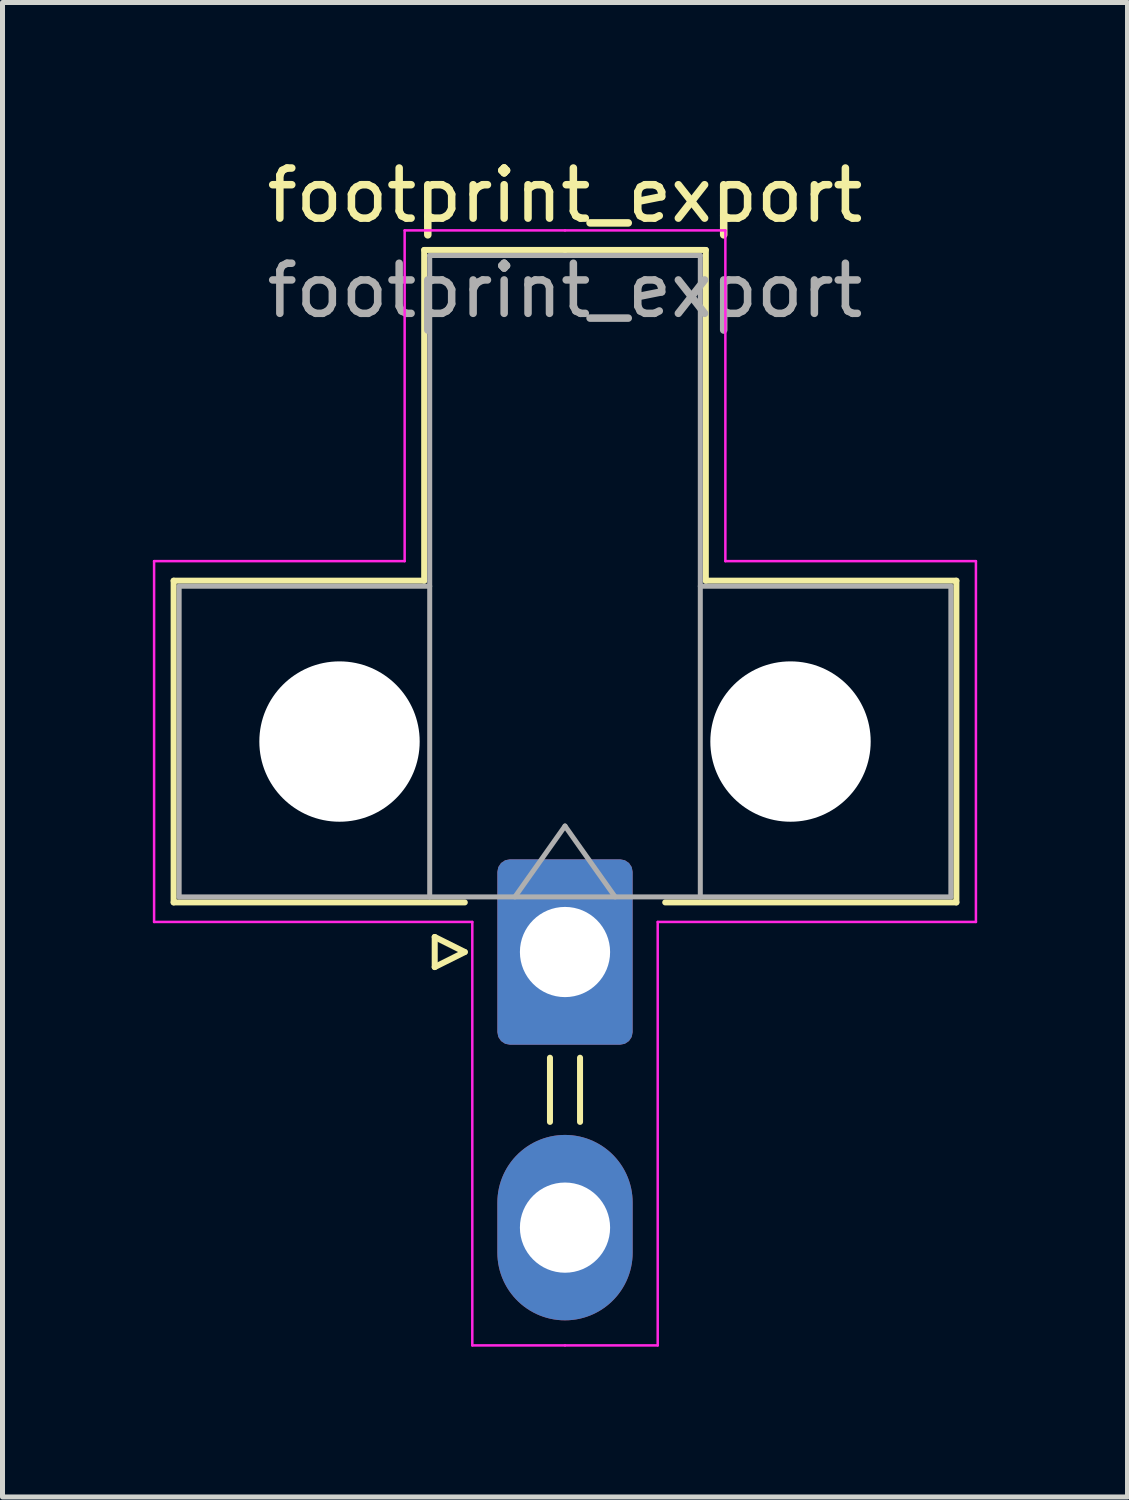
<source format=kicad_pcb>
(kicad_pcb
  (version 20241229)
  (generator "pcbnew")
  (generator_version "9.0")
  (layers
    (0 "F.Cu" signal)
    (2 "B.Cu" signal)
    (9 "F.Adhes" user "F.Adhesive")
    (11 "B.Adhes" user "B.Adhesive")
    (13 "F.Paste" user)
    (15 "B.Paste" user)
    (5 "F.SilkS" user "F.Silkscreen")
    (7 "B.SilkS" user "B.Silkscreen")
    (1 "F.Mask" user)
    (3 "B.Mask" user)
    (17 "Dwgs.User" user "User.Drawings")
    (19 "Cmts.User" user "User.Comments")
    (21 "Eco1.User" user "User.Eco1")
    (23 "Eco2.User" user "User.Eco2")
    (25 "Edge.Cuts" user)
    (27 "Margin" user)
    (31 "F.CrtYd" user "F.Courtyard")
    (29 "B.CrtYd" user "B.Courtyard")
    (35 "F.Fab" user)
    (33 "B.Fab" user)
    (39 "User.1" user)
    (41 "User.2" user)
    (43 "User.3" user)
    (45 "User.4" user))
  (footprint "footprint_export"
    (layer "F.Cu")
    (at 8.225 15.948)
    (property "Reference" "footprint_export" (at 0 -15.1 0) (layer "F.SilkS") (effects (font (size 1 1) (thickness 0.15))))
    (attr through_hole)
    (fp_line (start -7.81 -7.41) (end -7.81 -0.99) (stroke (width 0.12) (type solid)) (layer "F.SilkS"))
    (fp_line (start -7.81 -0.99) (end -2 -0.99) (stroke (width 0.12) (type solid)) (layer "F.SilkS"))
    (fp_line (start -2.81 -14.01) (end -2.81 -7.41) (stroke (width 0.12) (type solid)) (layer "F.SilkS"))
    (fp_line (start -2.81 -7.41) (end -7.81 -7.41) (stroke (width 0.12) (type solid)) (layer "F.SilkS"))
    (fp_line (start -2.6 -0.3) (end -2 0) (stroke (width 0.12) (type solid)) (layer "F.SilkS"))
    (fp_line (start -2.6 0.3) (end -2.6 -0.3) (stroke (width 0.12) (type solid)) (layer "F.SilkS"))
    (fp_line (start -2 0) (end -2.6 0.3) (stroke (width 0.12) (type solid)) (layer "F.SilkS"))
    (fp_line (start -0.3 2.11) (end -0.3 3.39) (stroke (width 0.12) (type solid)) (layer "F.SilkS"))
    (fp_line (start 0 -14.01) (end -2.81 -14.01) (stroke (width 0.12) (type solid)) (layer "F.SilkS"))
    (fp_line (start 0 -14.01) (end 2.81 -14.01) (stroke (width 0.12) (type solid)) (layer "F.SilkS"))
    (fp_line (start 0.3 2.11) (end 0.3 3.39) (stroke (width 0.12) (type solid)) (layer "F.SilkS"))
    (fp_line (start 2.81 -14.01) (end 2.81 -7.41) (stroke (width 0.12) (type solid)) (layer "F.SilkS"))
    (fp_line (start 2.81 -7.41) (end 7.81 -7.41) (stroke (width 0.12) (type solid)) (layer "F.SilkS"))
    (fp_line (start 7.81 -7.41) (end 7.81 -0.99) (stroke (width 0.12) (type solid)) (layer "F.SilkS"))
    (fp_line (start 7.81 -0.99) (end 2 -0.99) (stroke (width 0.12) (type solid)) (layer "F.SilkS"))
    (fp_line (start -8.2 -7.8) (end -8.2 -0.6) (stroke (width 0.05) (type solid)) (layer "F.CrtYd"))
    (fp_line (start -8.2 -0.6) (end -1.85 -0.6) (stroke (width 0.05) (type solid)) (layer "F.CrtYd"))
    (fp_line (start -3.2 -14.4) (end -3.2 -7.8) (stroke (width 0.05) (type solid)) (layer "F.CrtYd"))
    (fp_line (start -3.2 -7.8) (end -8.2 -7.8) (stroke (width 0.05) (type solid)) (layer "F.CrtYd"))
    (fp_line (start -1.85 -0.6) (end -1.85 7.85) (stroke (width 0.05) (type solid)) (layer "F.CrtYd"))
    (fp_line (start -1.85 7.85) (end 0 7.85) (stroke (width 0.05) (type solid)) (layer "F.CrtYd"))
    (fp_line (start 0 -14.4) (end -3.2 -14.4) (stroke (width 0.05) (type solid)) (layer "F.CrtYd"))
    (fp_line (start 0 -14.4) (end 3.2 -14.4) (stroke (width 0.05) (type solid)) (layer "F.CrtYd"))
    (fp_line (start 1.85 -0.6) (end 1.85 7.85) (stroke (width 0.05) (type solid)) (layer "F.CrtYd"))
    (fp_line (start 1.85 7.85) (end 0 7.85) (stroke (width 0.05) (type solid)) (layer "F.CrtYd"))
    (fp_line (start 3.2 -14.4) (end 3.2 -7.8) (stroke (width 0.05) (type solid)) (layer "F.CrtYd"))
    (fp_line (start 3.2 -7.8) (end 8.2 -7.8) (stroke (width 0.05) (type solid)) (layer "F.CrtYd"))
    (fp_line (start 8.2 -7.8) (end 8.2 -0.6) (stroke (width 0.05) (type solid)) (layer "F.CrtYd"))
    (fp_line (start 8.2 -0.6) (end 1.85 -0.6) (stroke (width 0.05) (type solid)) (layer "F.CrtYd"))
    (fp_line (start -7.7 -7.3) (end -7.7 -1.1) (stroke (width 0.1) (type solid)) (layer "F.Fab"))
    (fp_line (start -7.7 -1.1) (end -2.7 -1.1) (stroke (width 0.1) (type solid)) (layer "F.Fab"))
    (fp_line (start -2.7 -13.9) (end -2.7 -1.1) (stroke (width 0.1) (type solid)) (layer "F.Fab"))
    (fp_line (start -2.7 -7.3) (end -7.7 -7.3) (stroke (width 0.1) (type solid)) (layer "F.Fab"))
    (fp_line (start -2.7 -1.1) (end 2.7 -1.1) (stroke (width 0.1) (type solid)) (layer "F.Fab"))
    (fp_line (start -1 -1.1) (end 0 -2.514) (stroke (width 0.1) (type solid)) (layer "F.Fab"))
    (fp_line (start 0 -2.514) (end 1 -1.1) (stroke (width 0.1) (type solid)) (layer "F.Fab"))
    (fp_line (start 2.7 -13.9) (end -2.7 -13.9) (stroke (width 0.1) (type solid)) (layer "F.Fab"))
    (fp_line (start 2.7 -7.3) (end 7.7 -7.3) (stroke (width 0.1) (type solid)) (layer "F.Fab"))
    (fp_line (start 2.7 -1.1) (end 2.7 -13.9) (stroke (width 0.1) (type solid)) (layer "F.Fab"))
    (fp_line (start 7.7 -7.3) (end 7.7 -1.1) (stroke (width 0.1) (type solid)) (layer "F.Fab"))
    (fp_line (start 7.7 -1.1) (end 2.7 -1.1) (stroke (width 0.1) (type solid)) (layer "F.Fab"))
    (fp_text user "${REFERENCE}" (at 0 -13.2 0) (layer "F.Fab") (effects (font (size 1 1) (thickness 0.15))))
    (pad "" np_thru_hole circle (at -4.5 -4.2) (size 3.2 3.2) (drill 3.2) (layers "*.Cu" "*.Mask"))
    (pad "" np_thru_hole circle (at 4.5 -4.2) (size 3.2 3.2) (drill 3.2) (layers "*.Cu" "*.Mask"))
    (pad "1" thru_hole roundrect (at 0 0) (size 2.7 3.7) (drill 1.8) (layers "*.Cu" "*.Mask") (roundrect_rratio 0.093))
    (pad "2" thru_hole oval (at 0 5.5) (size 2.7 3.7) (drill 1.8) (layers "*.Cu" "*.Mask")))
  (gr_rect
    (start -3 -3)
    (end 19.45 26.823)
    (stroke (width 0.1) (type default))
    (fill no)
    (layer "Edge.Cuts")))
</source>
